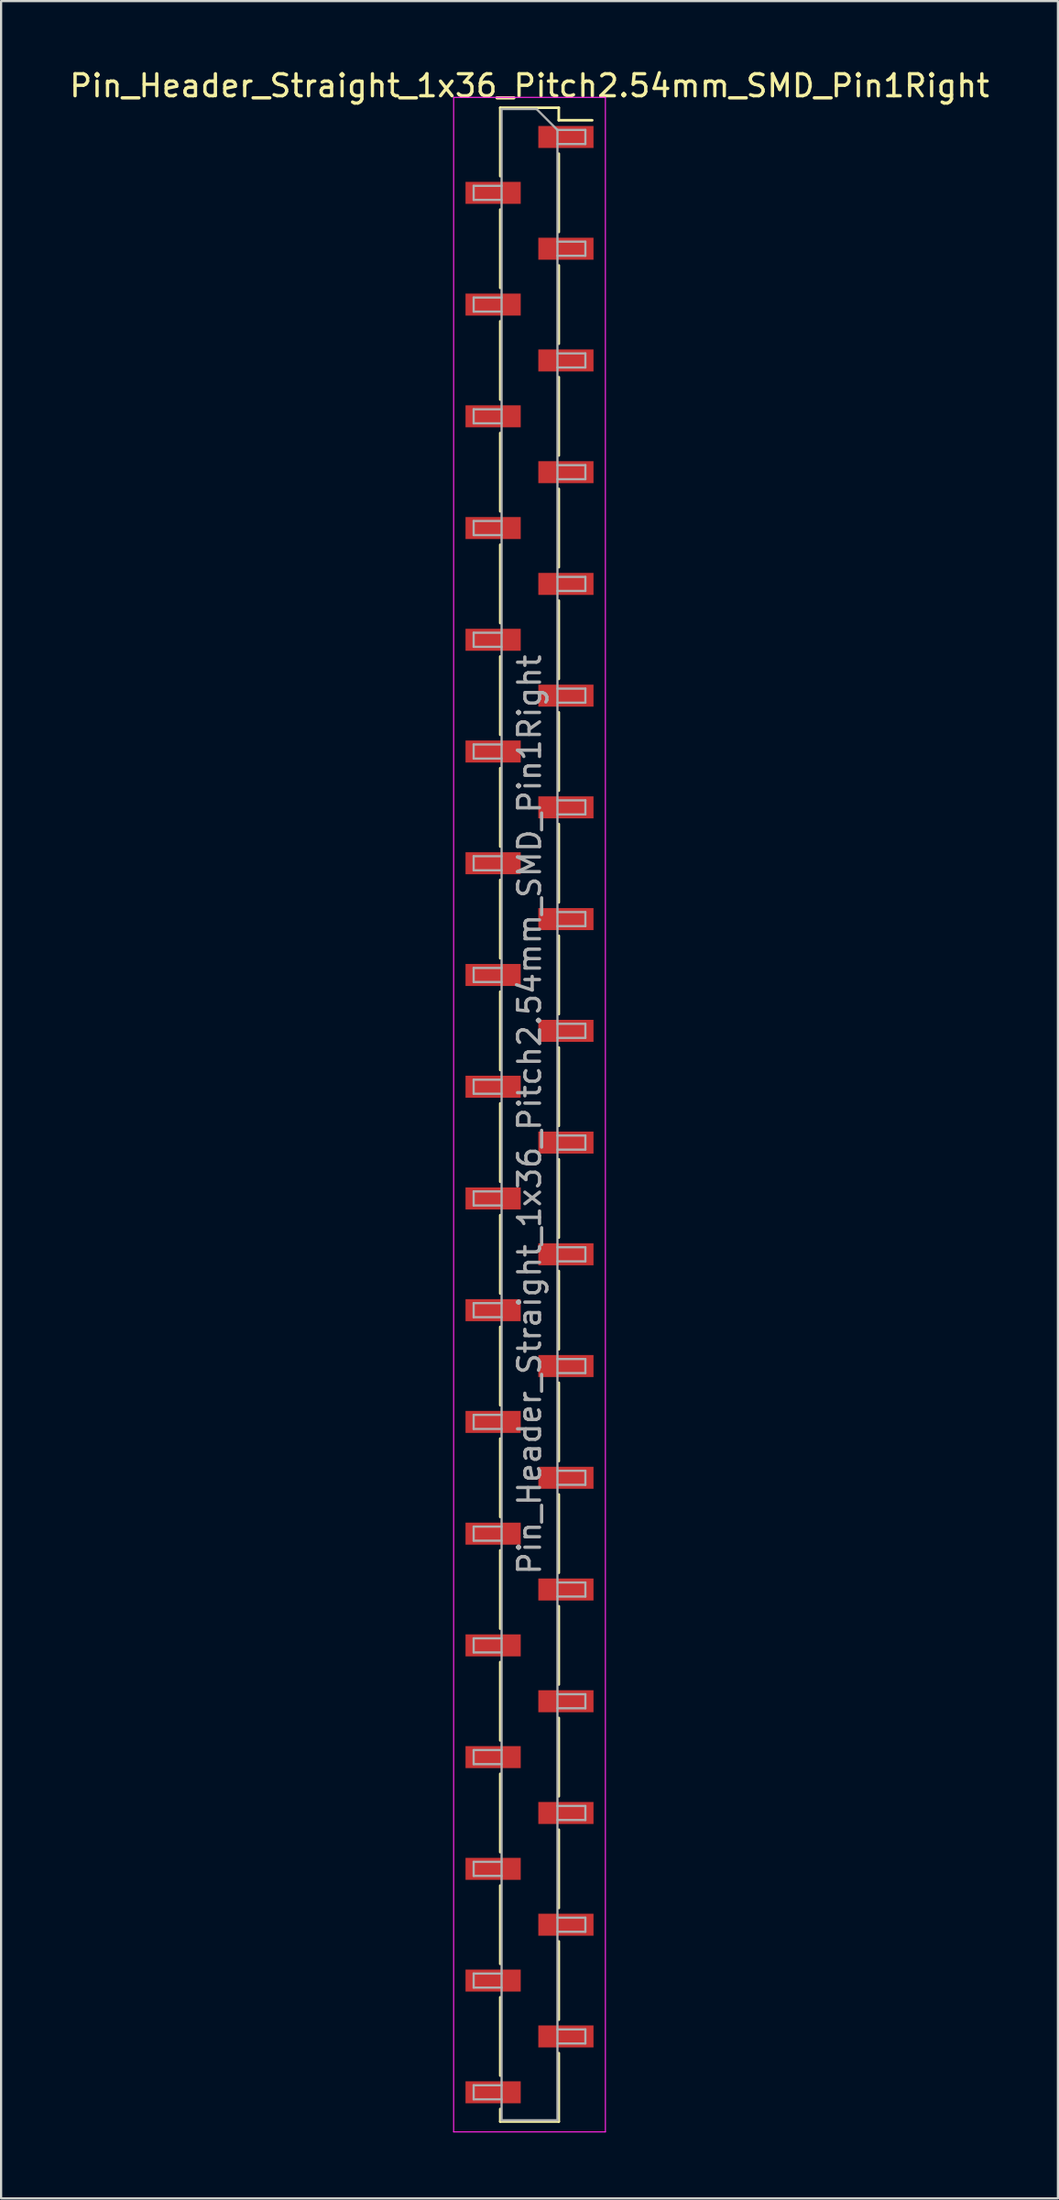
<source format=kicad_pcb>
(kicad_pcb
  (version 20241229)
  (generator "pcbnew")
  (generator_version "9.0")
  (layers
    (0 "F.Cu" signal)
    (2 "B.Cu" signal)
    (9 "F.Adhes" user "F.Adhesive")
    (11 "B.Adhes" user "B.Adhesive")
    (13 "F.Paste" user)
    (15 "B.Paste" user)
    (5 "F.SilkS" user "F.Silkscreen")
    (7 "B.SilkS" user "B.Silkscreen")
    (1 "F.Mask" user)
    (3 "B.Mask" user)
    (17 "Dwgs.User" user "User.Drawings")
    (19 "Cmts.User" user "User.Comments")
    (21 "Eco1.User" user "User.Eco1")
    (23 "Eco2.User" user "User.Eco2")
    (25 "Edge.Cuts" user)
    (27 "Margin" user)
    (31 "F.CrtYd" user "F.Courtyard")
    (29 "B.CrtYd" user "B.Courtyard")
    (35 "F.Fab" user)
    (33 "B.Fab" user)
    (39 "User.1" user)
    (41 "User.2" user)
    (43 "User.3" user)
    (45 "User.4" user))
  (footprint "Pin_Header_Straight_1x36_Pitch2.54mm_SMD_Pin1Right"
    (layer "F.Cu")
    (at 21.03 47.628)
    (property "Reference" "Pin_Header_Straight_1x36_Pitch2.54mm_SMD_Pin1Right" (at 0 -46.78 0) (layer "F.SilkS") (effects (font (size 1 1) (thickness 0.15))))
    (attr smd)
    (fp_line (start -1.33 -45.78) (end -1.33 -42.67) (stroke (width 0.12) (type solid)) (layer "F.SilkS"))
    (fp_line (start -1.33 -45.78) (end 1.33 -45.78) (stroke (width 0.12) (type solid)) (layer "F.SilkS"))
    (fp_line (start -1.33 -41.15) (end -1.33 -37.59) (stroke (width 0.12) (type solid)) (layer "F.SilkS"))
    (fp_line (start -1.33 -36.07) (end -1.33 -32.51) (stroke (width 0.12) (type solid)) (layer "F.SilkS"))
    (fp_line (start -1.33 -30.99) (end -1.33 -27.43) (stroke (width 0.12) (type solid)) (layer "F.SilkS"))
    (fp_line (start -1.33 -25.91) (end -1.33 -22.35) (stroke (width 0.12) (type solid)) (layer "F.SilkS"))
    (fp_line (start -1.33 -20.83) (end -1.33 -17.27) (stroke (width 0.12) (type solid)) (layer "F.SilkS"))
    (fp_line (start -1.33 -15.75) (end -1.33 -12.19) (stroke (width 0.12) (type solid)) (layer "F.SilkS"))
    (fp_line (start -1.33 -10.67) (end -1.33 -7.11) (stroke (width 0.12) (type solid)) (layer "F.SilkS"))
    (fp_line (start -1.33 -5.59) (end -1.33 -2.03) (stroke (width 0.12) (type solid)) (layer "F.SilkS"))
    (fp_line (start -1.33 -0.51) (end -1.33 3.05) (stroke (width 0.12) (type solid)) (layer "F.SilkS"))
    (fp_line (start -1.33 4.57) (end -1.33 8.13) (stroke (width 0.12) (type solid)) (layer "F.SilkS"))
    (fp_line (start -1.33 9.65) (end -1.33 13.21) (stroke (width 0.12) (type solid)) (layer "F.SilkS"))
    (fp_line (start -1.33 14.73) (end -1.33 18.29) (stroke (width 0.12) (type solid)) (layer "F.SilkS"))
    (fp_line (start -1.33 19.81) (end -1.33 23.37) (stroke (width 0.12) (type solid)) (layer "F.SilkS"))
    (fp_line (start -1.33 24.89) (end -1.33 28.45) (stroke (width 0.12) (type solid)) (layer "F.SilkS"))
    (fp_line (start -1.33 29.97) (end -1.33 33.53) (stroke (width 0.12) (type solid)) (layer "F.SilkS"))
    (fp_line (start -1.33 35.05) (end -1.33 38.61) (stroke (width 0.12) (type solid)) (layer "F.SilkS"))
    (fp_line (start -1.33 40.13) (end -1.33 43.69) (stroke (width 0.12) (type solid)) (layer "F.SilkS"))
    (fp_line (start -1.33 45.21) (end -1.33 45.78) (stroke (width 0.12) (type solid)) (layer "F.SilkS"))
    (fp_line (start -1.33 45.78) (end 1.33 45.78) (stroke (width 0.12) (type solid)) (layer "F.SilkS"))
    (fp_line (start 1.33 -45.78) (end 1.33 -45.21) (stroke (width 0.12) (type solid)) (layer "F.SilkS"))
    (fp_line (start 1.33 -45.21) (end 2.85 -45.21) (stroke (width 0.12) (type solid)) (layer "F.SilkS"))
    (fp_line (start 1.33 -43.69) (end 1.33 -40.13) (stroke (width 0.12) (type solid)) (layer "F.SilkS"))
    (fp_line (start 1.33 -38.61) (end 1.33 -35.05) (stroke (width 0.12) (type solid)) (layer "F.SilkS"))
    (fp_line (start 1.33 -33.53) (end 1.33 -29.97) (stroke (width 0.12) (type solid)) (layer "F.SilkS"))
    (fp_line (start 1.33 -28.45) (end 1.33 -24.89) (stroke (width 0.12) (type solid)) (layer "F.SilkS"))
    (fp_line (start 1.33 -23.37) (end 1.33 -19.81) (stroke (width 0.12) (type solid)) (layer "F.SilkS"))
    (fp_line (start 1.33 -18.29) (end 1.33 -14.73) (stroke (width 0.12) (type solid)) (layer "F.SilkS"))
    (fp_line (start 1.33 -13.21) (end 1.33 -9.65) (stroke (width 0.12) (type solid)) (layer "F.SilkS"))
    (fp_line (start 1.33 -8.13) (end 1.33 -4.57) (stroke (width 0.12) (type solid)) (layer "F.SilkS"))
    (fp_line (start 1.33 -3.05) (end 1.33 0.51) (stroke (width 0.12) (type solid)) (layer "F.SilkS"))
    (fp_line (start 1.33 2.03) (end 1.33 5.59) (stroke (width 0.12) (type solid)) (layer "F.SilkS"))
    (fp_line (start 1.33 7.11) (end 1.33 10.67) (stroke (width 0.12) (type solid)) (layer "F.SilkS"))
    (fp_line (start 1.33 12.19) (end 1.33 15.75) (stroke (width 0.12) (type solid)) (layer "F.SilkS"))
    (fp_line (start 1.33 17.27) (end 1.33 20.83) (stroke (width 0.12) (type solid)) (layer "F.SilkS"))
    (fp_line (start 1.33 22.35) (end 1.33 25.91) (stroke (width 0.12) (type solid)) (layer "F.SilkS"))
    (fp_line (start 1.33 27.43) (end 1.33 30.99) (stroke (width 0.12) (type solid)) (layer "F.SilkS"))
    (fp_line (start 1.33 32.51) (end 1.33 36.07) (stroke (width 0.12) (type solid)) (layer "F.SilkS"))
    (fp_line (start 1.33 37.59) (end 1.33 41.15) (stroke (width 0.12) (type solid)) (layer "F.SilkS"))
    (fp_line (start 1.33 42.67) (end 1.33 45.78) (stroke (width 0.12) (type solid)) (layer "F.SilkS"))
    (fp_line (start -3.45 -46.25) (end -3.45 46.25) (stroke (width 0.05) (type solid)) (layer "F.CrtYd"))
    (fp_line (start -3.45 46.25) (end 3.45 46.25) (stroke (width 0.05) (type solid)) (layer "F.CrtYd"))
    (fp_line (start 3.45 -46.25) (end -3.45 -46.25) (stroke (width 0.05) (type solid)) (layer "F.CrtYd"))
    (fp_line (start 3.45 46.25) (end 3.45 -46.25) (stroke (width 0.05) (type solid)) (layer "F.CrtYd"))
    (fp_line (start -2.54 -42.23) (end -2.54 -41.59) (stroke (width 0.1) (type solid)) (layer "F.Fab"))
    (fp_line (start -2.54 -41.59) (end -1.27 -41.59) (stroke (width 0.1) (type solid)) (layer "F.Fab"))
    (fp_line (start -2.54 -37.15) (end -2.54 -36.51) (stroke (width 0.1) (type solid)) (layer "F.Fab"))
    (fp_line (start -2.54 -36.51) (end -1.27 -36.51) (stroke (width 0.1) (type solid)) (layer "F.Fab"))
    (fp_line (start -2.54 -32.07) (end -2.54 -31.43) (stroke (width 0.1) (type solid)) (layer "F.Fab"))
    (fp_line (start -2.54 -31.43) (end -1.27 -31.43) (stroke (width 0.1) (type solid)) (layer "F.Fab"))
    (fp_line (start -2.54 -26.99) (end -2.54 -26.35) (stroke (width 0.1) (type solid)) (layer "F.Fab"))
    (fp_line (start -2.54 -26.35) (end -1.27 -26.35) (stroke (width 0.1) (type solid)) (layer "F.Fab"))
    (fp_line (start -2.54 -21.91) (end -2.54 -21.27) (stroke (width 0.1) (type solid)) (layer "F.Fab"))
    (fp_line (start -2.54 -21.27) (end -1.27 -21.27) (stroke (width 0.1) (type solid)) (layer "F.Fab"))
    (fp_line (start -2.54 -16.83) (end -2.54 -16.19) (stroke (width 0.1) (type solid)) (layer "F.Fab"))
    (fp_line (start -2.54 -16.19) (end -1.27 -16.19) (stroke (width 0.1) (type solid)) (layer "F.Fab"))
    (fp_line (start -2.54 -11.75) (end -2.54 -11.11) (stroke (width 0.1) (type solid)) (layer "F.Fab"))
    (fp_line (start -2.54 -11.11) (end -1.27 -11.11) (stroke (width 0.1) (type solid)) (layer "F.Fab"))
    (fp_line (start -2.54 -6.67) (end -2.54 -6.03) (stroke (width 0.1) (type solid)) (layer "F.Fab"))
    (fp_line (start -2.54 -6.03) (end -1.27 -6.03) (stroke (width 0.1) (type solid)) (layer "F.Fab"))
    (fp_line (start -2.54 -1.59) (end -2.54 -0.95) (stroke (width 0.1) (type solid)) (layer "F.Fab"))
    (fp_line (start -2.54 -0.95) (end -1.27 -0.95) (stroke (width 0.1) (type solid)) (layer "F.Fab"))
    (fp_line (start -2.54 3.49) (end -2.54 4.13) (stroke (width 0.1) (type solid)) (layer "F.Fab"))
    (fp_line (start -2.54 4.13) (end -1.27 4.13) (stroke (width 0.1) (type solid)) (layer "F.Fab"))
    (fp_line (start -2.54 8.57) (end -2.54 9.21) (stroke (width 0.1) (type solid)) (layer "F.Fab"))
    (fp_line (start -2.54 9.21) (end -1.27 9.21) (stroke (width 0.1) (type solid)) (layer "F.Fab"))
    (fp_line (start -2.54 13.65) (end -2.54 14.29) (stroke (width 0.1) (type solid)) (layer "F.Fab"))
    (fp_line (start -2.54 14.29) (end -1.27 14.29) (stroke (width 0.1) (type solid)) (layer "F.Fab"))
    (fp_line (start -2.54 18.73) (end -2.54 19.37) (stroke (width 0.1) (type solid)) (layer "F.Fab"))
    (fp_line (start -2.54 19.37) (end -1.27 19.37) (stroke (width 0.1) (type solid)) (layer "F.Fab"))
    (fp_line (start -2.54 23.81) (end -2.54 24.45) (stroke (width 0.1) (type solid)) (layer "F.Fab"))
    (fp_line (start -2.54 24.45) (end -1.27 24.45) (stroke (width 0.1) (type solid)) (layer "F.Fab"))
    (fp_line (start -2.54 28.89) (end -2.54 29.53) (stroke (width 0.1) (type solid)) (layer "F.Fab"))
    (fp_line (start -2.54 29.53) (end -1.27 29.53) (stroke (width 0.1) (type solid)) (layer "F.Fab"))
    (fp_line (start -2.54 33.97) (end -2.54 34.61) (stroke (width 0.1) (type solid)) (layer "F.Fab"))
    (fp_line (start -2.54 34.61) (end -1.27 34.61) (stroke (width 0.1) (type solid)) (layer "F.Fab"))
    (fp_line (start -2.54 39.05) (end -2.54 39.69) (stroke (width 0.1) (type solid)) (layer "F.Fab"))
    (fp_line (start -2.54 39.69) (end -1.27 39.69) (stroke (width 0.1) (type solid)) (layer "F.Fab"))
    (fp_line (start -2.54 44.13) (end -2.54 44.77) (stroke (width 0.1) (type solid)) (layer "F.Fab"))
    (fp_line (start -2.54 44.77) (end -1.27 44.77) (stroke (width 0.1) (type solid)) (layer "F.Fab"))
    (fp_line (start -1.27 -45.72) (end -1.27 45.72) (stroke (width 0.1) (type solid)) (layer "F.Fab"))
    (fp_line (start -1.27 -45.72) (end 0.32 -45.72) (stroke (width 0.1) (type solid)) (layer "F.Fab"))
    (fp_line (start -1.27 -42.23) (end -2.54 -42.23) (stroke (width 0.1) (type solid)) (layer "F.Fab"))
    (fp_line (start -1.27 -37.15) (end -2.54 -37.15) (stroke (width 0.1) (type solid)) (layer "F.Fab"))
    (fp_line (start -1.27 -32.07) (end -2.54 -32.07) (stroke (width 0.1) (type solid)) (layer "F.Fab"))
    (fp_line (start -1.27 -26.99) (end -2.54 -26.99) (stroke (width 0.1) (type solid)) (layer "F.Fab"))
    (fp_line (start -1.27 -21.91) (end -2.54 -21.91) (stroke (width 0.1) (type solid)) (layer "F.Fab"))
    (fp_line (start -1.27 -16.83) (end -2.54 -16.83) (stroke (width 0.1) (type solid)) (layer "F.Fab"))
    (fp_line (start -1.27 -11.75) (end -2.54 -11.75) (stroke (width 0.1) (type solid)) (layer "F.Fab"))
    (fp_line (start -1.27 -6.67) (end -2.54 -6.67) (stroke (width 0.1) (type solid)) (layer "F.Fab"))
    (fp_line (start -1.27 -1.59) (end -2.54 -1.59) (stroke (width 0.1) (type solid)) (layer "F.Fab"))
    (fp_line (start -1.27 3.49) (end -2.54 3.49) (stroke (width 0.1) (type solid)) (layer "F.Fab"))
    (fp_line (start -1.27 8.57) (end -2.54 8.57) (stroke (width 0.1) (type solid)) (layer "F.Fab"))
    (fp_line (start -1.27 13.65) (end -2.54 13.65) (stroke (width 0.1) (type solid)) (layer "F.Fab"))
    (fp_line (start -1.27 18.73) (end -2.54 18.73) (stroke (width 0.1) (type solid)) (layer "F.Fab"))
    (fp_line (start -1.27 23.81) (end -2.54 23.81) (stroke (width 0.1) (type solid)) (layer "F.Fab"))
    (fp_line (start -1.27 28.89) (end -2.54 28.89) (stroke (width 0.1) (type solid)) (layer "F.Fab"))
    (fp_line (start -1.27 33.97) (end -2.54 33.97) (stroke (width 0.1) (type solid)) (layer "F.Fab"))
    (fp_line (start -1.27 39.05) (end -2.54 39.05) (stroke (width 0.1) (type solid)) (layer "F.Fab"))
    (fp_line (start -1.27 44.13) (end -2.54 44.13) (stroke (width 0.1) (type solid)) (layer "F.Fab"))
    (fp_line (start 1.27 -44.77) (end 0.32 -45.72) (stroke (width 0.1) (type solid)) (layer "F.Fab"))
    (fp_line (start 1.27 -44.77) (end 2.54 -44.77) (stroke (width 0.1) (type solid)) (layer "F.Fab"))
    (fp_line (start 1.27 -39.69) (end 2.54 -39.69) (stroke (width 0.1) (type solid)) (layer "F.Fab"))
    (fp_line (start 1.27 -34.61) (end 2.54 -34.61) (stroke (width 0.1) (type solid)) (layer "F.Fab"))
    (fp_line (start 1.27 -29.53) (end 2.54 -29.53) (stroke (width 0.1) (type solid)) (layer "F.Fab"))
    (fp_line (start 1.27 -24.45) (end 2.54 -24.45) (stroke (width 0.1) (type solid)) (layer "F.Fab"))
    (fp_line (start 1.27 -19.37) (end 2.54 -19.37) (stroke (width 0.1) (type solid)) (layer "F.Fab"))
    (fp_line (start 1.27 -14.29) (end 2.54 -14.29) (stroke (width 0.1) (type solid)) (layer "F.Fab"))
    (fp_line (start 1.27 -9.21) (end 2.54 -9.21) (stroke (width 0.1) (type solid)) (layer "F.Fab"))
    (fp_line (start 1.27 -4.13) (end 2.54 -4.13) (stroke (width 0.1) (type solid)) (layer "F.Fab"))
    (fp_line (start 1.27 0.95) (end 2.54 0.95) (stroke (width 0.1) (type solid)) (layer "F.Fab"))
    (fp_line (start 1.27 6.03) (end 2.54 6.03) (stroke (width 0.1) (type solid)) (layer "F.Fab"))
    (fp_line (start 1.27 11.11) (end 2.54 11.11) (stroke (width 0.1) (type solid)) (layer "F.Fab"))
    (fp_line (start 1.27 16.19) (end 2.54 16.19) (stroke (width 0.1) (type solid)) (layer "F.Fab"))
    (fp_line (start 1.27 21.27) (end 2.54 21.27) (stroke (width 0.1) (type solid)) (layer "F.Fab"))
    (fp_line (start 1.27 26.35) (end 2.54 26.35) (stroke (width 0.1) (type solid)) (layer "F.Fab"))
    (fp_line (start 1.27 31.43) (end 2.54 31.43) (stroke (width 0.1) (type solid)) (layer "F.Fab"))
    (fp_line (start 1.27 36.51) (end 2.54 36.51) (stroke (width 0.1) (type solid)) (layer "F.Fab"))
    (fp_line (start 1.27 41.59) (end 2.54 41.59) (stroke (width 0.1) (type solid)) (layer "F.Fab"))
    (fp_line (start 1.27 45.72) (end -1.27 45.72) (stroke (width 0.1) (type solid)) (layer "F.Fab"))
    (fp_line (start 1.27 45.72) (end 1.27 -44.77) (stroke (width 0.1) (type solid)) (layer "F.Fab"))
    (fp_line (start 2.54 -44.77) (end 2.54 -44.13) (stroke (width 0.1) (type solid)) (layer "F.Fab"))
    (fp_line (start 2.54 -44.13) (end 1.27 -44.13) (stroke (width 0.1) (type solid)) (layer "F.Fab"))
    (fp_line (start 2.54 -39.69) (end 2.54 -39.05) (stroke (width 0.1) (type solid)) (layer "F.Fab"))
    (fp_line (start 2.54 -39.05) (end 1.27 -39.05) (stroke (width 0.1) (type solid)) (layer "F.Fab"))
    (fp_line (start 2.54 -34.61) (end 2.54 -33.97) (stroke (width 0.1) (type solid)) (layer "F.Fab"))
    (fp_line (start 2.54 -33.97) (end 1.27 -33.97) (stroke (width 0.1) (type solid)) (layer "F.Fab"))
    (fp_line (start 2.54 -29.53) (end 2.54 -28.89) (stroke (width 0.1) (type solid)) (layer "F.Fab"))
    (fp_line (start 2.54 -28.89) (end 1.27 -28.89) (stroke (width 0.1) (type solid)) (layer "F.Fab"))
    (fp_line (start 2.54 -24.45) (end 2.54 -23.81) (stroke (width 0.1) (type solid)) (layer "F.Fab"))
    (fp_line (start 2.54 -23.81) (end 1.27 -23.81) (stroke (width 0.1) (type solid)) (layer "F.Fab"))
    (fp_line (start 2.54 -19.37) (end 2.54 -18.73) (stroke (width 0.1) (type solid)) (layer "F.Fab"))
    (fp_line (start 2.54 -18.73) (end 1.27 -18.73) (stroke (width 0.1) (type solid)) (layer "F.Fab"))
    (fp_line (start 2.54 -14.29) (end 2.54 -13.65) (stroke (width 0.1) (type solid)) (layer "F.Fab"))
    (fp_line (start 2.54 -13.65) (end 1.27 -13.65) (stroke (width 0.1) (type solid)) (layer "F.Fab"))
    (fp_line (start 2.54 -9.21) (end 2.54 -8.57) (stroke (width 0.1) (type solid)) (layer "F.Fab"))
    (fp_line (start 2.54 -8.57) (end 1.27 -8.57) (stroke (width 0.1) (type solid)) (layer "F.Fab"))
    (fp_line (start 2.54 -4.13) (end 2.54 -3.49) (stroke (width 0.1) (type solid)) (layer "F.Fab"))
    (fp_line (start 2.54 -3.49) (end 1.27 -3.49) (stroke (width 0.1) (type solid)) (layer "F.Fab"))
    (fp_line (start 2.54 0.95) (end 2.54 1.59) (stroke (width 0.1) (type solid)) (layer "F.Fab"))
    (fp_line (start 2.54 1.59) (end 1.27 1.59) (stroke (width 0.1) (type solid)) (layer "F.Fab"))
    (fp_line (start 2.54 6.03) (end 2.54 6.67) (stroke (width 0.1) (type solid)) (layer "F.Fab"))
    (fp_line (start 2.54 6.67) (end 1.27 6.67) (stroke (width 0.1) (type solid)) (layer "F.Fab"))
    (fp_line (start 2.54 11.11) (end 2.54 11.75) (stroke (width 0.1) (type solid)) (layer "F.Fab"))
    (fp_line (start 2.54 11.75) (end 1.27 11.75) (stroke (width 0.1) (type solid)) (layer "F.Fab"))
    (fp_line (start 2.54 16.19) (end 2.54 16.83) (stroke (width 0.1) (type solid)) (layer "F.Fab"))
    (fp_line (start 2.54 16.83) (end 1.27 16.83) (stroke (width 0.1) (type solid)) (layer "F.Fab"))
    (fp_line (start 2.54 21.27) (end 2.54 21.91) (stroke (width 0.1) (type solid)) (layer "F.Fab"))
    (fp_line (start 2.54 21.91) (end 1.27 21.91) (stroke (width 0.1) (type solid)) (layer "F.Fab"))
    (fp_line (start 2.54 26.35) (end 2.54 26.99) (stroke (width 0.1) (type solid)) (layer "F.Fab"))
    (fp_line (start 2.54 26.99) (end 1.27 26.99) (stroke (width 0.1) (type solid)) (layer "F.Fab"))
    (fp_line (start 2.54 31.43) (end 2.54 32.07) (stroke (width 0.1) (type solid)) (layer "F.Fab"))
    (fp_line (start 2.54 32.07) (end 1.27 32.07) (stroke (width 0.1) (type solid)) (layer "F.Fab"))
    (fp_line (start 2.54 36.51) (end 2.54 37.15) (stroke (width 0.1) (type solid)) (layer "F.Fab"))
    (fp_line (start 2.54 37.15) (end 1.27 37.15) (stroke (width 0.1) (type solid)) (layer "F.Fab"))
    (fp_line (start 2.54 41.59) (end 2.54 42.23) (stroke (width 0.1) (type solid)) (layer "F.Fab"))
    (fp_line (start 2.54 42.23) (end 1.27 42.23) (stroke (width 0.1) (type solid)) (layer "F.Fab"))
    (fp_text user "${REFERENCE}" (at 0 0 90) (layer "F.Fab") (effects (font (size 1 1) (thickness 0.15))))
    (pad "1" smd rect (at 1.655 -44.45) (size 2.51 1) (layers "F.Cu" "F.Mask" "F.Paste"))
    (pad "2" smd rect (at -1.655 -41.91) (size 2.51 1) (layers "F.Cu" "F.Mask" "F.Paste"))
    (pad "3" smd rect (at 1.655 -39.37) (size 2.51 1) (layers "F.Cu" "F.Mask" "F.Paste"))
    (pad "4" smd rect (at -1.655 -36.83) (size 2.51 1) (layers "F.Cu" "F.Mask" "F.Paste"))
    (pad "5" smd rect (at 1.655 -34.29) (size 2.51 1) (layers "F.Cu" "F.Mask" "F.Paste"))
    (pad "6" smd rect (at -1.655 -31.75) (size 2.51 1) (layers "F.Cu" "F.Mask" "F.Paste"))
    (pad "7" smd rect (at 1.655 -29.21) (size 2.51 1) (layers "F.Cu" "F.Mask" "F.Paste"))
    (pad "8" smd rect (at -1.655 -26.67) (size 2.51 1) (layers "F.Cu" "F.Mask" "F.Paste"))
    (pad "9" smd rect (at 1.655 -24.13) (size 2.51 1) (layers "F.Cu" "F.Mask" "F.Paste"))
    (pad "10" smd rect (at -1.655 -21.59) (size 2.51 1) (layers "F.Cu" "F.Mask" "F.Paste"))
    (pad "11" smd rect (at 1.655 -19.05) (size 2.51 1) (layers "F.Cu" "F.Mask" "F.Paste"))
    (pad "12" smd rect (at -1.655 -16.51) (size 2.51 1) (layers "F.Cu" "F.Mask" "F.Paste"))
    (pad "13" smd rect (at 1.655 -13.97) (size 2.51 1) (layers "F.Cu" "F.Mask" "F.Paste"))
    (pad "14" smd rect (at -1.655 -11.43) (size 2.51 1) (layers "F.Cu" "F.Mask" "F.Paste"))
    (pad "15" smd rect (at 1.655 -8.89) (size 2.51 1) (layers "F.Cu" "F.Mask" "F.Paste"))
    (pad "16" smd rect (at -1.655 -6.35) (size 2.51 1) (layers "F.Cu" "F.Mask" "F.Paste"))
    (pad "17" smd rect (at 1.655 -3.81) (size 2.51 1) (layers "F.Cu" "F.Mask" "F.Paste"))
    (pad "18" smd rect (at -1.655 -1.27) (size 2.51 1) (layers "F.Cu" "F.Mask" "F.Paste"))
    (pad "19" smd rect (at 1.655 1.27) (size 2.51 1) (layers "F.Cu" "F.Mask" "F.Paste"))
    (pad "20" smd rect (at -1.655 3.81) (size 2.51 1) (layers "F.Cu" "F.Mask" "F.Paste"))
    (pad "21" smd rect (at 1.655 6.35) (size 2.51 1) (layers "F.Cu" "F.Mask" "F.Paste"))
    (pad "22" smd rect (at -1.655 8.89) (size 2.51 1) (layers "F.Cu" "F.Mask" "F.Paste"))
    (pad "23" smd rect (at 1.655 11.43) (size 2.51 1) (layers "F.Cu" "F.Mask" "F.Paste"))
    (pad "24" smd rect (at -1.655 13.97) (size 2.51 1) (layers "F.Cu" "F.Mask" "F.Paste"))
    (pad "25" smd rect (at 1.655 16.51) (size 2.51 1) (layers "F.Cu" "F.Mask" "F.Paste"))
    (pad "26" smd rect (at -1.655 19.05) (size 2.51 1) (layers "F.Cu" "F.Mask" "F.Paste"))
    (pad "27" smd rect (at 1.655 21.59) (size 2.51 1) (layers "F.Cu" "F.Mask" "F.Paste"))
    (pad "28" smd rect (at -1.655 24.13) (size 2.51 1) (layers "F.Cu" "F.Mask" "F.Paste"))
    (pad "29" smd rect (at 1.655 26.67) (size 2.51 1) (layers "F.Cu" "F.Mask" "F.Paste"))
    (pad "30" smd rect (at -1.655 29.21) (size 2.51 1) (layers "F.Cu" "F.Mask" "F.Paste"))
    (pad "31" smd rect (at 1.655 31.75) (size 2.51 1) (layers "F.Cu" "F.Mask" "F.Paste"))
    (pad "32" smd rect (at -1.655 34.29) (size 2.51 1) (layers "F.Cu" "F.Mask" "F.Paste"))
    (pad "33" smd rect (at 1.655 36.83) (size 2.51 1) (layers "F.Cu" "F.Mask" "F.Paste"))
    (pad "34" smd rect (at -1.655 39.37) (size 2.51 1) (layers "F.Cu" "F.Mask" "F.Paste"))
    (pad "35" smd rect (at 1.655 41.91) (size 2.51 1) (layers "F.Cu" "F.Mask" "F.Paste"))
    (pad "36" smd rect (at -1.655 44.45) (size 2.51 1) (layers "F.Cu" "F.Mask" "F.Paste")))
  (gr_rect
    (start -3 -3)
    (end 45.06 96.903)
    (stroke (width 0.1) (type default))
    (fill no)
    (layer "Edge.Cuts")))
</source>
